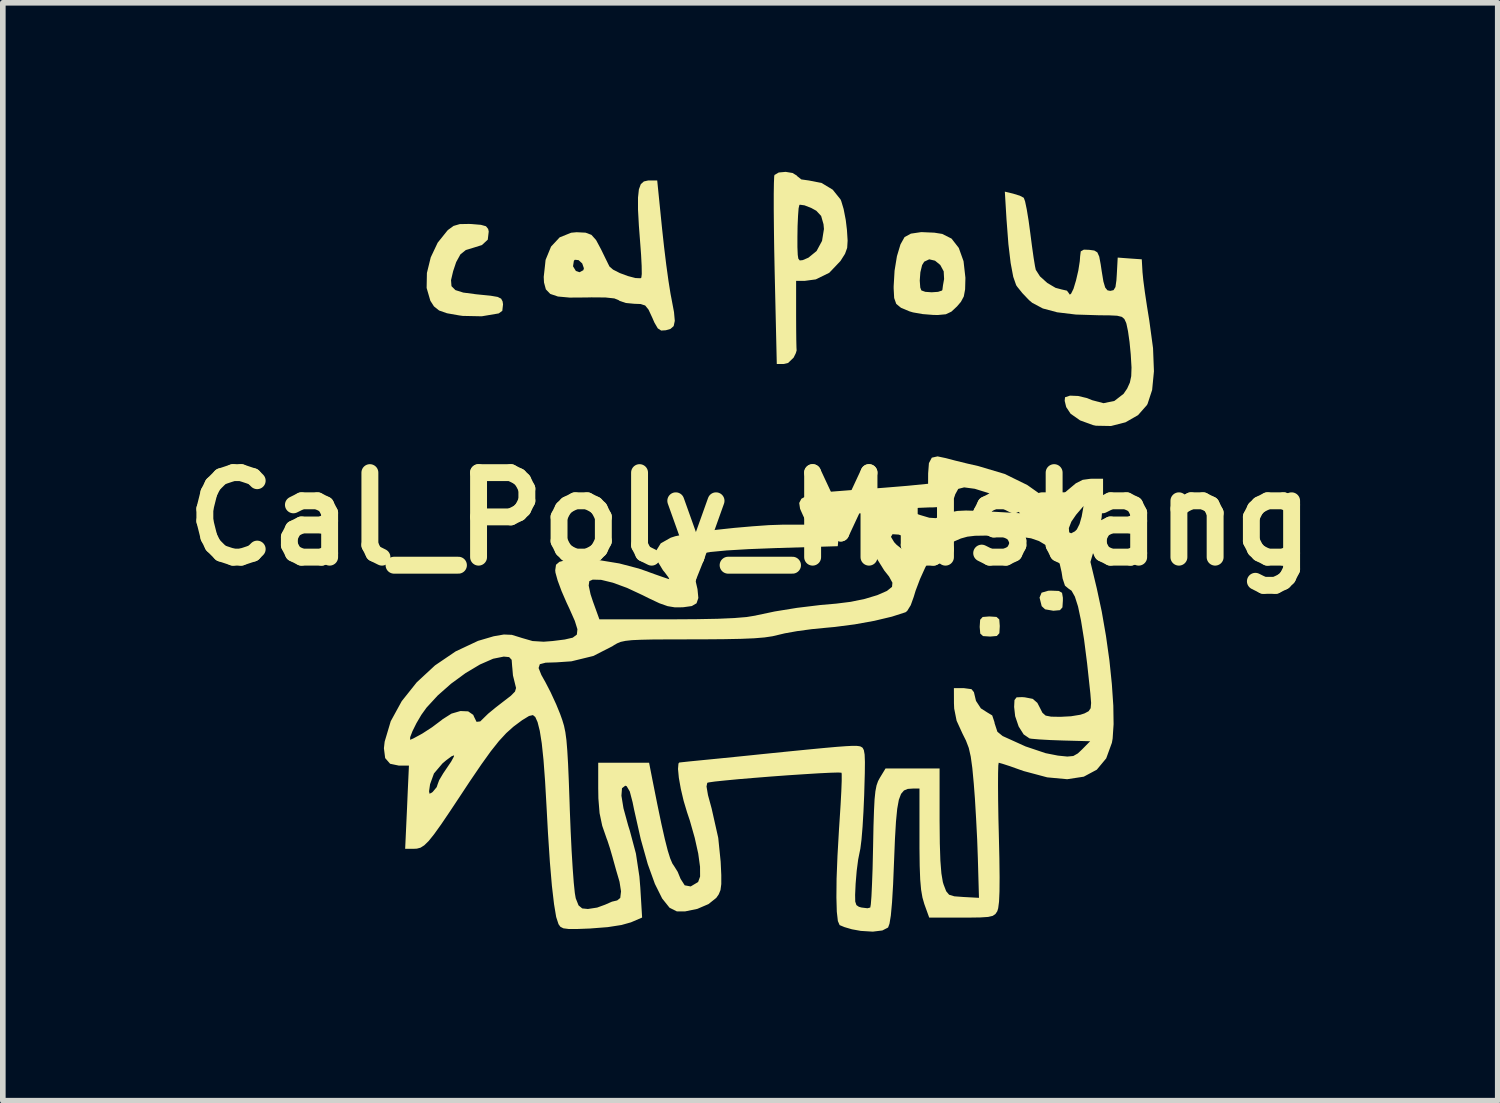
<source format=kicad_pcb>
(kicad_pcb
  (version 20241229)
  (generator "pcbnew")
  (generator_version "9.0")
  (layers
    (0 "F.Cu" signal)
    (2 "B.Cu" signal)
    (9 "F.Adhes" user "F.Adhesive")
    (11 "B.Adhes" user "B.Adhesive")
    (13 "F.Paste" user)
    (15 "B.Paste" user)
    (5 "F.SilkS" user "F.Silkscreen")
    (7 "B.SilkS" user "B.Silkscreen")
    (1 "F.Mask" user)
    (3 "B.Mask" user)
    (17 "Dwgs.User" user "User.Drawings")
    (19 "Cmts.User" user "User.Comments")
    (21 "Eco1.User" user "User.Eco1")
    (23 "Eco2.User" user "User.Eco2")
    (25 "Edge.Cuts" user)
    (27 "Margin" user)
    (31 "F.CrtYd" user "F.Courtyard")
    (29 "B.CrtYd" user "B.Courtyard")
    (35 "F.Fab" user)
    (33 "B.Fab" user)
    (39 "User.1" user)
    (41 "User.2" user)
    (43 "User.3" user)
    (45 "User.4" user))
  (footprint "Cal_Poly_Mustang"
    (layer "F.Cu")
    (at 10.264 6.159)
    (property "Reference" "Cal_Poly_Mustang" (at 0 0 0) (layer "F.SilkS") (effects (font (size 1.5 1.5) (thickness 0.3))))
    (attr board_only exclude_from_pos_files exclude_from_bom)
    (fp_poly (pts (xy 5.475 1.278) (xy 5.533 1.311) (xy 5.548 1.398) (xy 5.548 1.451) (xy 5.54 1.57) (xy 5.496 1.619) (xy 5.386 1.629) (xy 5.376 1.629) (xy 5.232 1.604) (xy 5.172 1.548) (xy 5.134 1.396) (xy 5.17 1.309) (xy 5.289 1.274) (xy 5.345 1.273)) (stroke (width 0) (type solid)) (fill yes) (layer "F.SilkS"))
    (fp_poly (pts (xy 4.37 1.739) (xy 4.419 1.783) (xy 4.428 1.895) (xy 4.428 1.909) (xy 4.421 2.028) (xy 4.376 2.077) (xy 4.264 2.087) (xy 4.25 2.087) (xy 4.131 2.079) (xy 4.082 2.035) (xy 4.072 1.922) (xy 4.072 1.909) (xy 4.08 1.789) (xy 4.124 1.74) (xy 4.237 1.731) (xy 4.25 1.731)) (stroke (width 0) (type solid)) (fill yes) (layer "F.SilkS"))
    (fp_poly (pts (xy -4.945 -5.233) (xy -4.779 -5.219) (xy -4.69 -5.194) (xy -4.651 -5.146) (xy -4.641 -5.1) (xy -4.658 -4.956) (xy -4.762 -4.86) (xy -4.909 -4.814) (xy -5.048 -4.772) (xy -5.144 -4.694) (xy -5.219 -4.557) (xy -5.273 -4.395) (xy -5.31 -4.238) (xy -5.302 -4.131) (xy -5.233 -4.061) (xy -5.093 -4.017) (xy -4.866 -3.987) (xy -4.807 -3.981) (xy -4.606 -3.961) (xy -4.484 -3.94) (xy -4.421 -3.909) (xy -4.395 -3.86) (xy -4.387 -3.809) (xy -4.4 -3.693) (xy -4.464 -3.647) (xy -4.765 -3.596) (xy -5.103 -3.603) (xy -5.167 -3.612) (xy -5.382 -3.65) (xy -5.522 -3.699) (xy -5.613 -3.772) (xy -5.677 -3.872) (xy -5.743 -4.099) (xy -5.738 -4.365) (xy -5.67 -4.642) (xy -5.547 -4.902) (xy -5.374 -5.118) (xy -5.36 -5.131) (xy -5.265 -5.2) (xy -5.155 -5.232) (xy -4.992 -5.235)) (stroke (width 0) (type solid)) (fill yes) (layer "F.SilkS"))
    (fp_poly (pts (xy 3.267 -5.08) (xy 3.406 -5.058) (xy 3.572 -4.975) (xy 3.701 -4.809) (xy 3.785 -4.574) (xy 3.818 -4.283) (xy 3.818 -4.264) (xy 3.813 -4.074) (xy 3.79 -3.949) (xy 3.739 -3.853) (xy 3.67 -3.772) (xy 3.569 -3.678) (xy 3.471 -3.632) (xy 3.331 -3.619) (xy 3.25 -3.62) (xy 3.061 -3.635) (xy 2.889 -3.665) (xy 2.825 -3.684) (xy 2.675 -3.747) (xy 2.591 -3.816) (xy 2.554 -3.92) (xy 2.545 -4.089) (xy 2.545 -4.129) (xy 2.551 -4.23) (xy 3.008 -4.23) (xy 3.017 -4.106) (xy 3.037 -4.055) (xy 3.107 -4.03) (xy 3.22 -4.022) (xy 3.333 -4.03) (xy 3.403 -4.053) (xy 3.41 -4.066) (xy 3.42 -4.144) (xy 3.44 -4.257) (xy 3.433 -4.394) (xy 3.372 -4.507) (xy 3.279 -4.583) (xy 3.176 -4.607) (xy 3.087 -4.565) (xy 3.05 -4.505) (xy 3.019 -4.378) (xy 3.008 -4.23) (xy 2.551 -4.23) (xy 2.561 -4.405) (xy 2.603 -4.662) (xy 2.666 -4.872) (xy 2.738 -5.001) (xy 2.851 -5.063) (xy 3.035 -5.09)) (stroke (width 0) (type solid)) (fill yes) (layer "F.SilkS"))
    (fp_poly (pts (xy 0.751 -6.139) (xy 0.828 -6.092) (xy 0.833 -6.083) (xy 0.906 -6.025) (xy 1.041 -6.006) (xy 1.265 -5.962) (xy 1.463 -5.843) (xy 1.602 -5.67) (xy 1.615 -5.64) (xy 1.657 -5.5) (xy 1.695 -5.304) (xy 1.716 -5.129) (xy 1.728 -4.938) (xy 1.72 -4.81) (xy 1.682 -4.705) (xy 1.606 -4.585) (xy 1.598 -4.574) (xy 1.402 -4.368) (xy 1.163 -4.251) (xy 0.969 -4.225) (xy 0.814 -4.225) (xy 0.814 -3.614) (xy 0.815 -3.377) (xy 0.817 -3.18) (xy 0.82 -3.045) (xy 0.823 -2.991) (xy 0.823 -2.99) (xy 0.809 -2.942) (xy 0.77 -2.863) (xy 0.672 -2.768) (xy 0.59 -2.749) (xy 0.471 -2.749) (xy 0.433 -4.399) (xy 0.425 -4.8) (xy 0.422 -5.006) (xy 0.837 -5.006) (xy 0.837 -4.825) (xy 0.843 -4.686) (xy 0.853 -4.619) (xy 0.879 -4.587) (xy 0.931 -4.593) (xy 1.032 -4.636) (xy 1.177 -4.754) (xy 1.274 -4.934) (xy 1.308 -5.145) (xy 1.3 -5.23) (xy 1.258 -5.377) (xy 1.172 -5.469) (xy 1.085 -5.517) (xy 0.963 -5.565) (xy 0.882 -5.576) (xy 0.872 -5.572) (xy 0.858 -5.511) (xy 0.848 -5.377) (xy 0.84 -5.199) (xy 0.837 -5.006) (xy 0.422 -5.006) (xy 0.42 -5.169) (xy 0.417 -5.494) (xy 0.417 -5.762) (xy 0.42 -5.961) (xy 0.425 -6.078) (xy 0.43 -6.104) (xy 0.506 -6.148) (xy 0.629 -6.159)) (stroke (width 0) (type solid)) (fill yes) (layer "F.SilkS"))
    (fp_poly (pts (xy -1.565 -5.154) (xy -1.53 -4.833) (xy -1.491 -4.513) (xy -1.451 -4.223) (xy -1.414 -3.991) (xy -1.397 -3.904) (xy -1.353 -3.67) (xy -1.339 -3.515) (xy -1.359 -3.422) (xy -1.416 -3.372) (xy -1.499 -3.348) (xy -1.581 -3.343) (xy -1.641 -3.382) (xy -1.701 -3.485) (xy -1.738 -3.57) (xy -1.805 -3.714) (xy -1.865 -3.788) (xy -1.948 -3.814) (xy -2.058 -3.818) (xy -2.206 -3.832) (xy -2.316 -3.868) (xy -2.333 -3.881) (xy -2.411 -3.913) (xy -2.57 -3.93) (xy -2.819 -3.932) (xy -2.909 -3.93) (xy -3.205 -3.928) (xy -3.413 -3.947) (xy -3.549 -3.993) (xy -3.627 -4.074) (xy -3.66 -4.196) (xy -3.665 -4.295) (xy -3.644 -4.483) (xy -3.145 -4.483) (xy -3.094 -4.4) (xy -3.03 -4.378) (xy -2.962 -4.414) (xy -2.952 -4.448) (xy -2.982 -4.534) (xy -3.047 -4.593) (xy -3.113 -4.599) (xy -3.13 -4.581) (xy -3.145 -4.483) (xy -3.644 -4.483) (xy -3.632 -4.597) (xy -3.535 -4.833) (xy -3.382 -4.997) (xy -3.178 -5.079) (xy -3.08 -5.088) (xy -2.922 -5.08) (xy -2.818 -5.041) (xy -2.736 -4.949) (xy -2.648 -4.785) (xy -2.575 -4.635) (xy -2.516 -4.515) (xy -2.498 -4.479) (xy -2.434 -4.424) (xy -2.314 -4.363) (xy -2.171 -4.31) (xy -2.038 -4.275) (xy -1.949 -4.271) (xy -1.933 -4.281) (xy -1.925 -4.346) (xy -1.927 -4.489) (xy -1.937 -4.684) (xy -1.947 -4.82) (xy -1.976 -5.2) (xy -1.992 -5.491) (xy -1.992 -5.703) (xy -1.976 -5.849) (xy -1.942 -5.941) (xy -1.888 -5.989) (xy -1.813 -6.006) (xy -1.789 -6.006) (xy -1.651 -6.006)) (stroke (width 0) (type solid)) (fill yes) (layer "F.SilkS"))
    (fp_poly (pts (xy 4.664 -5.773) (xy 4.784 -5.736) (xy 4.854 -5.699) (xy 4.877 -5.636) (xy 4.907 -5.493) (xy 4.94 -5.292) (xy 4.968 -5.085) (xy 4.999 -4.846) (xy 5.028 -4.639) (xy 5.053 -4.487) (xy 5.067 -4.421) (xy 5.142 -4.304) (xy 5.272 -4.187) (xy 5.418 -4.101) (xy 5.527 -4.072) (xy 5.62 -4.051) (xy 5.65 -4.011) (xy 5.671 -3.98) (xy 5.694 -3.998) (xy 5.736 -4.083) (xy 5.781 -4.232) (xy 5.822 -4.408) (xy 5.848 -4.574) (xy 5.854 -4.658) (xy 5.865 -4.748) (xy 5.92 -4.779) (xy 6.019 -4.775) (xy 6.106 -4.763) (xy 6.159 -4.731) (xy 6.193 -4.656) (xy 6.219 -4.517) (xy 6.236 -4.403) (xy 6.267 -4.214) (xy 6.299 -4.106) (xy 6.339 -4.057) (xy 6.389 -4.047) (xy 6.447 -4.06) (xy 6.481 -4.115) (xy 6.498 -4.235) (xy 6.505 -4.342) (xy 6.521 -4.638) (xy 6.734 -4.622) (xy 6.948 -4.607) (xy 6.961 -4.378) (xy 6.975 -4.237) (xy 7.003 -4.025) (xy 7.041 -3.772) (xy 7.082 -3.518) (xy 7.148 -3.031) (xy 7.164 -2.62) (xy 7.132 -2.289) (xy 7.051 -2.042) (xy 7.039 -2.02) (xy 6.882 -1.842) (xy 6.66 -1.715) (xy 6.402 -1.649) (xy 6.135 -1.654) (xy 6.083 -1.665) (xy 5.853 -1.749) (xy 5.685 -1.867) (xy 5.607 -1.985) (xy 5.58 -2.096) (xy 5.586 -2.159) (xy 5.674 -2.188) (xy 5.817 -2.182) (xy 5.975 -2.145) (xy 6.068 -2.107) (xy 6.269 -2.054) (xy 6.462 -2.094) (xy 6.625 -2.22) (xy 6.689 -2.314) (xy 6.737 -2.42) (xy 6.761 -2.534) (xy 6.766 -2.687) (xy 6.753 -2.908) (xy 6.752 -2.923) (xy 6.731 -3.139) (xy 6.704 -3.33) (xy 6.676 -3.463) (xy 6.669 -3.484) (xy 6.639 -3.548) (xy 6.594 -3.586) (xy 6.511 -3.606) (xy 6.367 -3.613) (xy 6.199 -3.614) (xy 5.778 -3.627) (xy 5.446 -3.667) (xy 5.192 -3.735) (xy 5.004 -3.835) (xy 4.946 -3.884) (xy 4.829 -4.007) (xy 4.739 -4.119) (xy 4.719 -4.148) (xy 4.667 -4.297) (xy 4.621 -4.542) (xy 4.581 -4.878) (xy 4.549 -5.299) (xy 4.548 -5.309) (xy 4.518 -5.808)) (stroke (width 0) (type solid)) (fill yes) (layer "F.SilkS"))
    (fp_poly (pts (xy 3.471 -1.079) (xy 3.638 -1.035) (xy 3.854 -0.982) (xy 4.047 -0.938) (xy 4.516 -0.798) (xy 4.916 -0.602) (xy 5.11 -0.465) (xy 5.234 -0.373) (xy 5.33 -0.315) (xy 5.359 -0.305) (xy 5.421 -0.338) (xy 5.53 -0.421) (xy 5.631 -0.509) (xy 5.778 -0.632) (xy 5.9 -0.694) (xy 6.033 -0.712) (xy 6.056 -0.713) (xy 6.261 -0.713) (xy 6.261 -0.355) (xy 6.235 -0.022) (xy 6.165 0.327) (xy 6.149 0.383) (xy 6.037 0.763) (xy 6.15 1.234) (xy 6.238 1.645) (xy 6.313 2.077) (xy 6.374 2.512) (xy 6.417 2.93) (xy 6.443 3.313) (xy 6.448 3.642) (xy 6.431 3.898) (xy 6.418 3.972) (xy 6.317 4.249) (xy 6.15 4.45) (xy 5.919 4.574) (xy 5.625 4.619) (xy 5.27 4.586) (xy 4.855 4.475) (xy 4.78 4.449) (xy 4.609 4.388) (xy 4.476 4.345) (xy 4.411 4.327) (xy 4.409 4.327) (xy 4.402 4.375) (xy 4.398 4.512) (xy 4.397 4.723) (xy 4.399 4.995) (xy 4.404 5.314) (xy 4.411 5.588) (xy 4.421 6.019) (xy 4.425 6.357) (xy 4.423 6.612) (xy 4.415 6.793) (xy 4.4 6.909) (xy 4.384 6.962) (xy 4.351 7.011) (xy 4.303 7.044) (xy 4.221 7.063) (xy 4.084 7.072) (xy 3.874 7.075) (xy 3.75 7.075) (xy 3.176 7.075) (xy 3.089 6.834) (xy 3.056 6.719) (xy 3.032 6.58) (xy 3.016 6.399) (xy 3.007 6.158) (xy 3.003 5.839) (xy 3.003 5.688) (xy 3.003 4.785) (xy 2.884 4.785) (xy 2.796 4.791) (xy 2.728 4.819) (xy 2.676 4.88) (xy 2.637 4.984) (xy 2.608 5.144) (xy 2.586 5.372) (xy 2.568 5.678) (xy 2.552 6.073) (xy 2.535 6.488) (xy 2.516 6.807) (xy 2.495 7.037) (xy 2.471 7.183) (xy 2.446 7.251) (xy 2.345 7.303) (xy 2.175 7.324) (xy 1.962 7.311) (xy 1.803 7.282) (xy 1.673 7.244) (xy 1.586 7.208) (xy 1.555 7.136) (xy 1.536 6.97) (xy 1.529 6.717) (xy 1.532 6.385) (xy 1.548 5.98) (xy 1.575 5.509) (xy 1.585 5.357) (xy 1.603 5.077) (xy 1.616 4.835) (xy 1.623 4.648) (xy 1.623 4.532) (xy 1.62 4.504) (xy 1.563 4.5) (xy 1.423 4.504) (xy 1.217 4.514) (xy 0.961 4.53) (xy 0.673 4.549) (xy 0.372 4.571) (xy 0.073 4.595) (xy -0.204 4.618) (xy -0.444 4.641) (xy -0.628 4.66) (xy -0.739 4.676) (xy -0.763 4.683) (xy -0.776 4.748) (xy -0.75 4.901) (xy -0.687 5.132) (xy -0.684 5.144) (xy -0.568 5.66) (xy -0.525 6.083) (xy -0.514 6.32) (xy -0.514 6.48) (xy -0.528 6.586) (xy -0.559 6.662) (xy -0.603 6.725) (xy -0.741 6.835) (xy -0.939 6.92) (xy -1.157 6.965) (xy -1.302 6.965) (xy -1.432 6.9) (xy -1.563 6.736) (xy -1.692 6.477) (xy -1.819 6.125) (xy -1.943 5.683) (xy -2.062 5.155) (xy -2.088 5.027) (xy -2.138 4.836) (xy -2.193 4.743) (xy -2.218 4.734) (xy -2.276 4.779) (xy -2.286 4.912) (xy -2.25 5.134) (xy -2.166 5.441) (xy -2.137 5.533) (xy -2.029 5.938) (xy -1.967 6.348) (xy -1.951 6.543) (xy -1.919 7.074) (xy -2.117 7.159) (xy -2.285 7.206) (xy -2.529 7.244) (xy -2.826 7.267) (xy -2.833 7.268) (xy -3.068 7.277) (xy -3.222 7.277) (xy -3.316 7.265) (xy -3.369 7.238) (xy -3.401 7.194) (xy -3.403 7.19) (xy -3.444 7.064) (xy -3.482 6.836) (xy -3.52 6.51) (xy -3.556 6.087) (xy -3.59 5.568) (xy -3.614 5.125) (xy -3.641 4.654) (xy -3.669 4.276) (xy -3.7 3.981) (xy -3.735 3.761) (xy -3.774 3.606) (xy -3.815 3.515) (xy -3.857 3.481) (xy -3.926 3.497) (xy -4.047 3.571) (xy -4.069 3.587) (xy -4.203 3.687) (xy -4.33 3.801) (xy -4.46 3.942) (xy -4.604 4.123) (xy -4.772 4.357) (xy -4.977 4.658) (xy -5.111 4.861) (xy -5.321 5.178) (xy -5.484 5.419) (xy -5.61 5.595) (xy -5.707 5.716) (xy -5.785 5.792) (xy -5.851 5.834) (xy -5.915 5.851) (xy -5.972 5.854) (xy -6.124 5.854) (xy -6.09 5.116) (xy -6.078 4.834) (xy -5.7 4.834) (xy -5.691 4.877) (xy -5.648 4.855) (xy -5.633 4.842) (xy -5.564 4.759) (xy -5.548 4.71) (xy -5.52 4.635) (xy -5.448 4.514) (xy -5.392 4.431) (xy -5.308 4.307) (xy -5.26 4.219) (xy -5.256 4.195) (xy -5.302 4.213) (xy -5.397 4.284) (xy -5.462 4.339) (xy -5.613 4.517) (xy -5.682 4.708) (xy -5.7 4.834) (xy -6.078 4.834) (xy -6.057 4.378) (xy -6.233 4.378) (xy -6.391 4.345) (xy -6.479 4.244) (xy -6.501 4.069) (xy -6.488 3.954) (xy -6.478 3.919) (xy -6.036 3.919) (xy -6.034 3.919) (xy -5.98 3.896) (xy -5.872 3.838) (xy -5.818 3.808) (xy -5.647 3.697) (xy -5.479 3.571) (xy -5.457 3.553) (xy -5.302 3.455) (xy -5.143 3.409) (xy -5.006 3.415) (xy -4.916 3.477) (xy -4.901 3.512) (xy -4.857 3.601) (xy -4.791 3.593) (xy -4.727 3.53) (xy -4.651 3.456) (xy -4.521 3.349) (xy -4.392 3.249) (xy -4.249 3.139) (xy -4.175 3.064) (xy -4.156 3) (xy -4.175 2.924) (xy -4.175 2.923) (xy -4.211 2.777) (xy -4.222 2.646) (xy -3.756 2.646) (xy -3.707 2.769) (xy -3.633 2.901) (xy -3.543 3.075) (xy -3.443 3.292) (xy -3.374 3.461) (xy -3.336 3.567) (xy -3.305 3.67) (xy -3.281 3.785) (xy -3.262 3.926) (xy -3.247 4.108) (xy -3.233 4.345) (xy -3.22 4.65) (xy -3.206 5.039) (xy -3.202 5.167) (xy -3.187 5.541) (xy -3.17 5.891) (xy -3.151 6.201) (xy -3.132 6.456) (xy -3.113 6.639) (xy -3.097 6.732) (xy -3.047 6.858) (xy -2.982 6.912) (xy -2.881 6.922) (xy -2.717 6.897) (xy -2.577 6.846) (xy -2.454 6.792) (xy -2.361 6.77) (xy -2.307 6.726) (xy -2.293 6.609) (xy -2.32 6.438) (xy -2.336 6.383) (xy -2.378 6.24) (xy -2.428 6.061) (xy -2.443 6.006) (xy -2.49 5.844) (xy -2.534 5.709) (xy -2.547 5.676) (xy -2.627 5.445) (xy -2.674 5.221) (xy -2.695 4.961) (xy -2.698 4.777) (xy -2.698 4.327) (xy -2.247 4.327) (xy -1.795 4.327) (xy -1.738 4.619) (xy -1.65 5.06) (xy -1.577 5.411) (xy -1.516 5.681) (xy -1.465 5.882) (xy -1.421 6.023) (xy -1.382 6.115) (xy -1.353 6.158) (xy -1.288 6.262) (xy -1.236 6.388) (xy -1.163 6.502) (xy -1.057 6.522) (xy -0.931 6.447) (xy -0.924 6.441) (xy -0.89 6.346) (xy -0.891 6.173) (xy -0.923 5.939) (xy -0.985 5.66) (xy -1.072 5.353) (xy -1.121 5.207) (xy -1.182 5.003) (xy -1.232 4.791) (xy -1.267 4.595) (xy -1.282 4.437) (xy -1.274 4.341) (xy -1.26 4.323) (xy -1.207 4.317) (xy -1.077 4.303) (xy -0.894 4.285) (xy -0.814 4.277) (xy -0.569 4.253) (xy -0.27 4.223) (xy 0.035 4.192) (xy 0.178 4.177) (xy 0.642 4.13) (xy 1.015 4.093) (xy 1.308 4.065) (xy 1.531 4.045) (xy 1.694 4.033) (xy 1.809 4.027) (xy 1.886 4.027) (xy 1.935 4.033) (xy 1.961 4.04) (xy 1.994 4.061) (xy 2.016 4.103) (xy 2.03 4.182) (xy 2.035 4.313) (xy 2.033 4.511) (xy 2.025 4.791) (xy 2.022 4.9) (xy 2.009 5.195) (xy 1.993 5.466) (xy 1.974 5.693) (xy 1.954 5.852) (xy 1.943 5.905) (xy 1.915 6.045) (xy 1.889 6.245) (xy 1.871 6.462) (xy 1.87 6.474) (xy 1.861 6.671) (xy 1.863 6.79) (xy 1.884 6.853) (xy 1.928 6.883) (xy 1.974 6.896) (xy 2.08 6.909) (xy 2.13 6.896) (xy 2.14 6.838) (xy 2.151 6.694) (xy 2.161 6.479) (xy 2.171 6.209) (xy 2.178 5.9) (xy 2.18 5.812) (xy 2.187 5.452) (xy 2.196 5.179) (xy 2.206 4.978) (xy 2.221 4.833) (xy 2.241 4.73) (xy 2.268 4.653) (xy 2.3 4.594) (xy 2.401 4.428) (xy 2.88 4.428) (xy 3.36 4.428) (xy 3.36 5.357) (xy 3.364 5.756) (xy 3.374 6.064) (xy 3.392 6.29) (xy 3.418 6.445) (xy 3.432 6.49) (xy 3.477 6.607) (xy 3.529 6.669) (xy 3.621 6.697) (xy 3.781 6.709) (xy 4.059 6.724) (xy 4.039 6.021) (xy 4.027 5.688) (xy 4.008 5.32) (xy 3.987 4.963) (xy 3.967 4.7) (xy 3.941 4.421) (xy 3.913 4.218) (xy 3.878 4.064) (xy 3.828 3.933) (xy 3.766 3.809) (xy 3.662 3.581) (xy 3.619 3.365) (xy 3.615 3.27) (xy 3.614 3.003) (xy 3.792 3.003) (xy 3.926 3.021) (xy 3.97 3.075) (xy 3.97 3.077) (xy 4.006 3.229) (xy 4.093 3.362) (xy 4.203 3.432) (xy 4.294 3.487) (xy 4.334 3.607) (xy 4.336 3.625) (xy 4.386 3.777) (xy 4.479 3.853) (xy 4.885 4.037) (xy 5.242 4.157) (xy 5.46 4.2) (xy 5.627 4.217) (xy 5.733 4.207) (xy 5.814 4.161) (xy 5.889 4.09) (xy 6.032 3.945) (xy 5.548 3.932) (xy 5.325 3.924) (xy 5.13 3.913) (xy 4.993 3.901) (xy 4.956 3.895) (xy 4.852 3.824) (xy 4.763 3.683) (xy 4.701 3.5) (xy 4.683 3.336) (xy 4.689 3.215) (xy 4.726 3.166) (xy 4.824 3.162) (xy 4.874 3.166) (xy 5.013 3.193) (xy 5.095 3.264) (xy 5.138 3.347) (xy 5.185 3.44) (xy 5.242 3.49) (xy 5.339 3.509) (xy 5.504 3.512) (xy 5.692 3.502) (xy 5.858 3.475) (xy 5.932 3.451) (xy 6.005 3.412) (xy 6.041 3.359) (xy 6.049 3.266) (xy 6.036 3.102) (xy 6.034 3.082) (xy 5.978 2.563) (xy 5.924 2.14) (xy 5.87 1.805) (xy 5.817 1.554) (xy 5.761 1.379) (xy 5.702 1.274) (xy 5.647 1.236) (xy 5.585 1.184) (xy 5.543 1.057) (xy 5.525 0.943) (xy 5.474 0.719) (xy 5.385 0.58) (xy 5.38 0.575) (xy 5.247 0.466) (xy 5.123 0.392) (xy 4.983 0.344) (xy 4.803 0.318) (xy 4.557 0.304) (xy 4.424 0.3) (xy 4.168 0.296) (xy 3.987 0.299) (xy 3.853 0.315) (xy 3.738 0.347) (xy 3.616 0.4) (xy 3.544 0.436) (xy 3.366 0.535) (xy 3.248 0.634) (xy 3.154 0.769) (xy 3.104 0.865) (xy 3.013 1.066) (xy 2.934 1.275) (xy 2.901 1.384) (xy 2.848 1.531) (xy 2.785 1.633) (xy 2.756 1.656) (xy 2.514 1.734) (xy 2.203 1.808) (xy 1.854 1.871) (xy 1.5 1.917) (xy 1.358 1.93) (xy 1.092 1.956) (xy 0.832 1.991) (xy 0.614 2.03) (xy 0.509 2.055) (xy 0.395 2.082) (xy 0.253 2.103) (xy 0.071 2.118) (xy -0.166 2.128) (xy -0.473 2.134) (xy -0.862 2.137) (xy -1.019 2.137) (xy -1.407 2.138) (xy -1.708 2.139) (xy -1.933 2.144) (xy -2.098 2.151) (xy -2.215 2.164) (xy -2.299 2.182) (xy -2.362 2.208) (xy -2.419 2.241) (xy -2.446 2.259) (xy -2.785 2.432) (xy -3.174 2.527) (xy -3.438 2.545) (xy -3.631 2.551) (xy -3.734 2.578) (xy -3.756 2.646) (xy -4.222 2.646) (xy -4.225 2.618) (xy -4.234 2.5) (xy -4.279 2.452) (xy -4.374 2.443) (xy -4.563 2.481) (xy -4.796 2.583) (xy -5.051 2.735) (xy -5.308 2.923) (xy -5.546 3.133) (xy -5.745 3.349) (xy -5.837 3.477) (xy -5.924 3.625) (xy -5.994 3.766) (xy -6.035 3.872) (xy -6.036 3.919) (xy -6.478 3.919) (xy -6.38 3.59) (xy -6.185 3.234) (xy -5.918 2.899) (xy -5.594 2.599) (xy -5.227 2.35) (xy -4.831 2.164) (xy -4.552 2.082) (xy -4.372 2.051) (xy -4.231 2.057) (xy -4.072 2.106) (xy -4.054 2.112) (xy -3.863 2.167) (xy -3.666 2.179) (xy -3.509 2.167) (xy -3.293 2.14) (xy -3.15 2.107) (xy -3.077 2.052) (xy -3.067 1.958) (xy -3.113 1.81) (xy -3.21 1.591) (xy -3.258 1.489) (xy -3.348 1.282) (xy -3.385 1.182) (xy -2.867 1.182) (xy -2.834 1.337) (xy -2.791 1.467) (xy -2.677 1.782) (xy -1.426 1.782) (xy -0.955 1.779) (xy -0.578 1.772) (xy -0.284 1.759) (xy -0.065 1.741) (xy 0.088 1.716) (xy 0.104 1.712) (xy 0.435 1.642) (xy 0.829 1.578) (xy 1.25 1.527) (xy 1.527 1.503) (xy 1.783 1.471) (xy 2.034 1.419) (xy 2.256 1.352) (xy 2.425 1.278) (xy 2.516 1.206) (xy 2.523 1.132) (xy 2.463 1.022) (xy 2.379 0.916) (xy 2.213 0.65) (xy 2.113 0.328) (xy 2.112 0.318) (xy 2.497 0.318) (xy 2.554 0.413) (xy 2.596 0.458) (xy 2.707 0.546) (xy 2.781 0.544) (xy 2.815 0.492) (xy 2.813 0.384) (xy 2.714 0.305) (xy 2.634 0.278) (xy 2.525 0.271) (xy 2.497 0.318) (xy 2.112 0.318) (xy 2.098 0.163) (xy 5.654 0.163) (xy 5.66 0.238) (xy 5.695 0.255) (xy 5.762 0.22) (xy 5.796 0.186) (xy 5.844 0.09) (xy 5.883 -0.048) (xy 5.884 -0.056) (xy 5.915 -0.229) (xy 5.784 -0.076) (xy 5.698 0.049) (xy 5.654 0.163) (xy 2.098 0.163) (xy 2.087 0.048) (xy 2.082 -0.038) (xy 2.05 -0.082) (xy 1.966 -0.099) (xy 1.81 -0.102) (xy 1.609 -0.087) (xy 1.504 -0.044) (xy 1.496 0.029) (xy 1.526 0.075) (xy 1.563 0.173) (xy 1.569 0.31) (xy 1.569 0.315) (xy 1.553 0.484) (xy 0.458 0.517) (xy -0.029 0.536) (xy -0.417 0.559) (xy -0.711 0.587) (xy -0.914 0.621) (xy -1.029 0.661) (xy -1.048 0.675) (xy -1.048 0.732) (xy -1.026 0.859) (xy -0.99 1.012) (xy -0.936 1.247) (xy -0.921 1.403) (xy -0.953 1.497) (xy -1.037 1.546) (xy -1.18 1.566) (xy -1.202 1.568) (xy -1.339 1.569) (xy -1.466 1.548) (xy -1.611 1.497) (xy -1.802 1.407) (xy -1.908 1.354) (xy -2.186 1.224) (xy -2.437 1.132) (xy -2.646 1.081) (xy -2.795 1.077) (xy -2.856 1.104) (xy -2.867 1.182) (xy -3.385 1.182) (xy -3.418 1.093) (xy -3.457 0.952) (xy -3.461 0.911) (xy -3.447 0.813) (xy -3.386 0.761) (xy -3.276 0.733) (xy -3.004 0.712) (xy -2.675 0.732) (xy -2.323 0.79) (xy -1.98 0.88) (xy -1.881 0.914) (xy -1.69 0.983) (xy -1.539 1.036) (xy -1.45 1.066) (xy -1.436 1.069) (xy -1.453 1.035) (xy -1.517 0.949) (xy -1.548 0.912) (xy -1.659 0.729) (xy -1.672 0.568) (xy -1.588 0.433) (xy -1.411 0.333) (xy -1.331 0.307) (xy -1.157 0.271) (xy -0.907 0.232) (xy -0.608 0.194) (xy -0.284 0.159) (xy 0.038 0.131) (xy 0.332 0.11) (xy 0.573 0.102) (xy 0.599 0.102) (xy 1.021 0.102) (xy 0.943 -0.048) (xy 0.904 -0.135) (xy 2.87 -0.135) (xy 2.967 -0.086) (xy 3.016 -0.069) (xy 3.178 -0.021) (xy 3.291 -0.014) (xy 3.4 -0.047) (xy 3.475 -0.083) (xy 3.565 -0.12) (xy 3.675 -0.142) (xy 3.827 -0.149) (xy 4.044 -0.143) (xy 4.213 -0.134) (xy 4.789 -0.101) (xy 4.622 -0.246) (xy 4.447 -0.36) (xy 4.219 -0.462) (xy 3.984 -0.535) (xy 3.796 -0.56) (xy 3.691 -0.533) (xy 3.637 -0.435) (xy 3.633 -0.42) (xy 3.596 -0.312) (xy 3.534 -0.248) (xy 3.426 -0.216) (xy 3.246 -0.205) (xy 3.169 -0.204) (xy 2.972 -0.196) (xy 2.872 -0.172) (xy 2.87 -0.135) (xy 0.904 -0.135) (xy 0.884 -0.181) (xy 0.869 -0.283) (xy 0.907 -0.358) (xy 1.008 -0.413) (xy 1.183 -0.454) (xy 1.44 -0.484) (xy 1.77 -0.51) (xy 2.064 -0.53) (xy 2.355 -0.552) (xy 2.612 -0.573) (xy 2.803 -0.589) (xy 2.812 -0.59) (xy 3.156 -0.624) (xy 3.157 -0.808) (xy 3.171 -0.991) (xy 3.222 -1.087) (xy 3.324 -1.11)) (stroke (width 0) (type solid)) (fill yes) (layer "F.SilkS")))
  (gr_rect
    (start -3 -3)
    (end 23.529 16.483)
    (stroke (width 0.1) (type default))
    (fill no)
    (layer "Edge.Cuts")))
</source>
